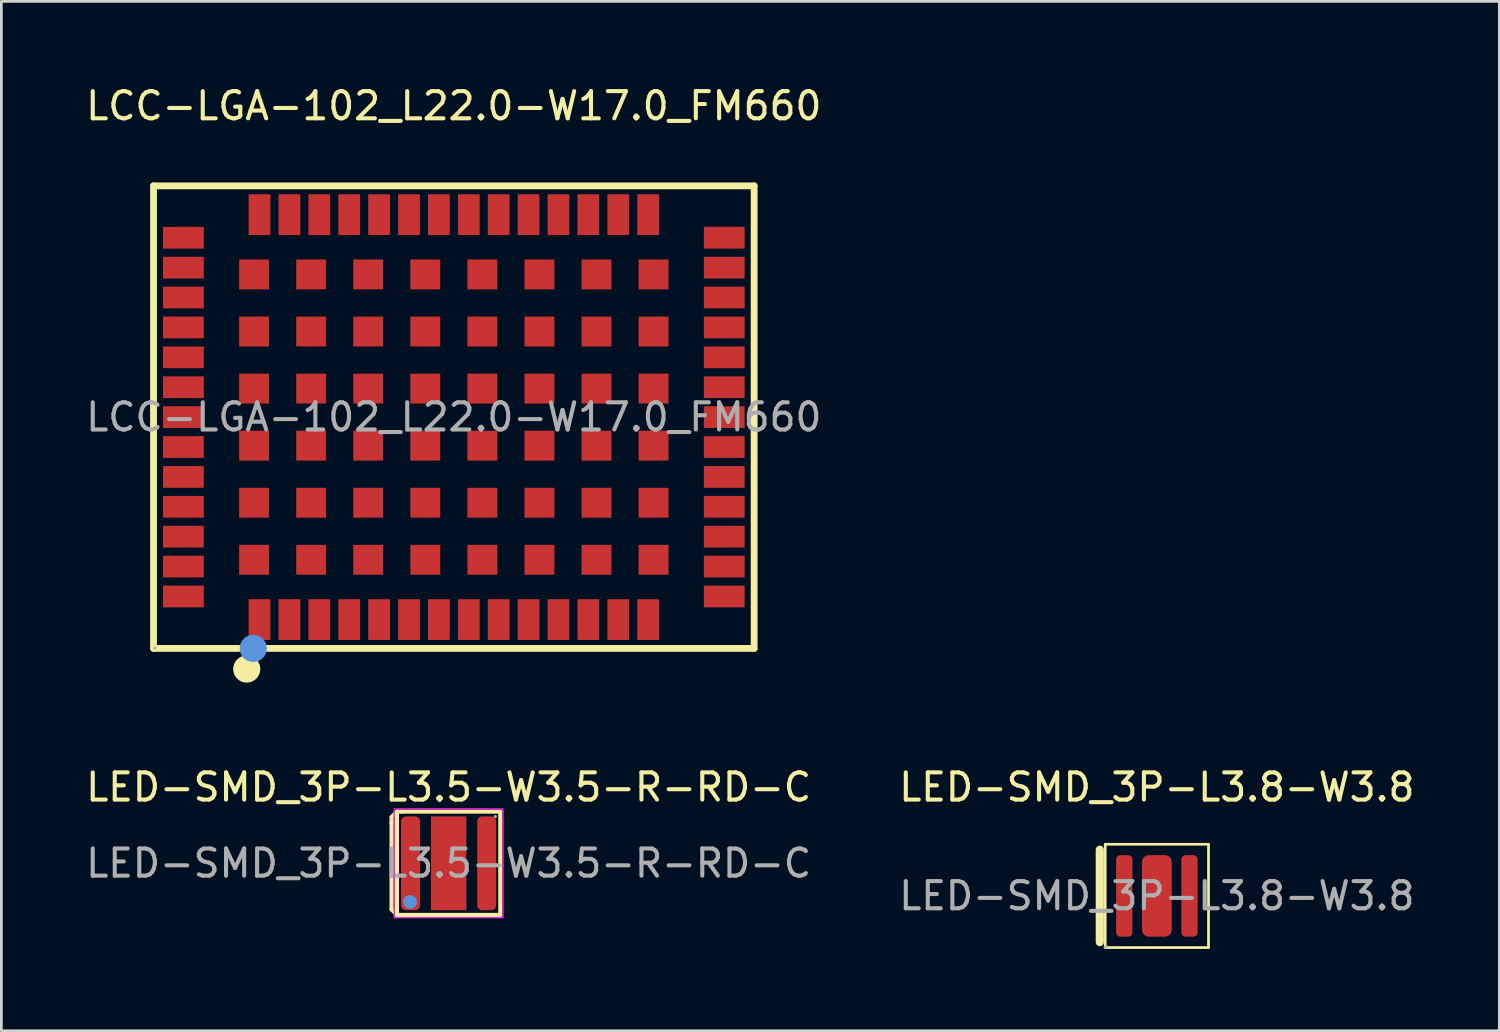
<source format=kicad_pcb>
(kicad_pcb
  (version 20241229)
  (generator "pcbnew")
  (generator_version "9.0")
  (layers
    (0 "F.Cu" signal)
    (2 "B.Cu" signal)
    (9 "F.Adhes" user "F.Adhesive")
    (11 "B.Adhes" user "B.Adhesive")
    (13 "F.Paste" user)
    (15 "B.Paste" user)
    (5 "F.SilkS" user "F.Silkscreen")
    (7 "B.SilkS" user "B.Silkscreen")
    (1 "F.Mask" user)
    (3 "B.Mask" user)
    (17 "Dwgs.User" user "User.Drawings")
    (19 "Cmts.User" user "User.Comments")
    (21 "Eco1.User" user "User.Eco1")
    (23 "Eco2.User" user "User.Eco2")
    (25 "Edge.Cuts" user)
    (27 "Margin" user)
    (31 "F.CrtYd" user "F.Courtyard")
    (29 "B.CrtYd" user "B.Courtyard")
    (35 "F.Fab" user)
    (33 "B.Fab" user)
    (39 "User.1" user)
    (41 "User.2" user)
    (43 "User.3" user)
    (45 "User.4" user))
  (footprint "LED-SMD_3P-L3.8-W3.8"
    (layer "F.Cu")
    (at 39.518 29.916)
    (property "Reference" "LED-SMD_3P-L3.8-W3.8" (at 0 -4 0) (layer "F.SilkS") (effects (font (size 1 1) (thickness 0.15))))
    (attr smd)
    (fp_line (start -2.1 -1.7) (end -2.1 1.7) (stroke (width 0.3) (type default)) (layer "F.SilkS"))
    (fp_line (start -1.9 -1.9) (end 1.9 -1.9) (stroke (width 0.1) (type solid)) (layer "F.SilkS"))
    (fp_line (start -1.9 1.9) (end -1.9 -1.9) (stroke (width 0.1) (type solid)) (layer "F.SilkS"))
    (fp_line (start 1.9 -1.9) (end 1.9 1.9) (stroke (width 0.1) (type solid)) (layer "F.SilkS"))
    (fp_line (start 1.9 1.9) (end -1.9 1.9) (stroke (width 0.1) (type solid)) (layer "F.SilkS"))
    (fp_circle (center -1.9 1.9) (end -1.87 1.9) (stroke (width 0.06) (type solid)) (fill no) (layer "F.Fab"))
    (fp_text user "${REFERENCE}" (at 0 0 0) (layer "F.Fab") (effects (font (size 1 1) (thickness 0.15))))
    (pad "1" smd roundrect (at -1.2 0) (size 0.6 3) (layers "F.Cu" "F.Mask" "F.Paste") (roundrect_rratio 0.25))
    (pad "2" smd roundrect (at 0 0) (size 1.1 3) (layers "F.Cu" "F.Mask" "F.Paste") (roundrect_rratio 0.227))
    (pad "3" smd roundrect (at 1.2 0) (size 0.6 3) (layers "F.Cu" "F.Mask" "F.Paste") (roundrect_rratio 0.25)))
  (footprint "LCC-LGA-102_L22.0-W17.0_FM660"
    (layer "F.Cu")
    (at 13.649 12.298)
    (property "Reference" "LCC-LGA-102_L22.0-W17.0_FM660" (at 0 -11.45 0) (layer "F.SilkS") (effects (font (size 1 1) (thickness 0.15))))
    (attr smd)
    (fp_line (start -11.05 -8.51) (end 11.05 -8.51) (stroke (width 0.25) (type solid)) (layer "F.SilkS"))
    (fp_line (start -11.05 8.51) (end -11.05 -8.51) (stroke (width 0.25) (type solid)) (layer "F.SilkS"))
    (fp_line (start 11.05 -8.51) (end 11.05 8.51) (stroke (width 0.25) (type solid)) (layer "F.SilkS"))
    (fp_line (start 11.05 8.51) (end -11.05 8.51) (stroke (width 0.25) (type solid)) (layer "F.SilkS"))
    (fp_circle (center -7.62 9.27) (end -7.37 9.27) (stroke (width 0.5) (type solid)) (fill no) (layer "F.SilkS"))
    (fp_circle (center -7.38 8.51) (end -7.13 8.51) (stroke (width 0.5) (type solid)) (fill no) (layer "Cmts.User"))
    (fp_circle (center -11 8.5) (end -10.97 8.5) (stroke (width 0.06) (type solid)) (fill no) (layer "F.Fab"))
    (fp_text user "${REFERENCE}" (at 0 0 0) (layer "F.Fab") (effects (font (size 1 1) (thickness 0.15))))
    (pad "1" smd rect (at -7.15 7.45) (size 0.8 1.5) (layers "F.Cu" "F.Mask" "F.Paste"))
    (pad "2" smd rect (at -6.05 7.45) (size 0.8 1.5) (layers "F.Cu" "F.Mask" "F.Paste"))
    (pad "3" smd rect (at -4.95 7.45) (size 0.8 1.5) (layers "F.Cu" "F.Mask" "F.Paste"))
    (pad "4" smd rect (at -3.85 7.45) (size 0.8 1.5) (layers "F.Cu" "F.Mask" "F.Paste"))
    (pad "5" smd rect (at -2.75 7.45) (size 0.8 1.5) (layers "F.Cu" "F.Mask" "F.Paste"))
    (pad "6" smd rect (at -1.65 7.45) (size 0.8 1.5) (layers "F.Cu" "F.Mask" "F.Paste"))
    (pad "7" smd rect (at -0.55 7.45) (size 0.8 1.5) (layers "F.Cu" "F.Mask" "F.Paste"))
    (pad "8" smd rect (at 0.55 7.45) (size 0.8 1.5) (layers "F.Cu" "F.Mask" "F.Paste"))
    (pad "9" smd rect (at 1.65 7.45) (size 0.8 1.5) (layers "F.Cu" "F.Mask" "F.Paste"))
    (pad "10" smd rect (at 2.75 7.45) (size 0.8 1.5) (layers "F.Cu" "F.Mask" "F.Paste"))
    (pad "11" smd rect (at 3.85 7.45) (size 0.8 1.5) (layers "F.Cu" "F.Mask" "F.Paste"))
    (pad "12" smd rect (at 4.95 7.45) (size 0.8 1.5) (layers "F.Cu" "F.Mask" "F.Paste"))
    (pad "13" smd rect (at 6.05 7.45) (size 0.8 1.5) (layers "F.Cu" "F.Mask" "F.Paste"))
    (pad "14" smd rect (at 7.15 7.45) (size 0.8 1.5) (layers "F.Cu" "F.Mask" "F.Paste"))
    (pad "15" smd rect (at 9.95 6.6 90) (size 0.8 1.5) (layers "F.Cu" "F.Mask" "F.Paste"))
    (pad "16" smd rect (at 9.95 5.5 90) (size 0.8 1.5) (layers "F.Cu" "F.Mask" "F.Paste"))
    (pad "17" smd rect (at 9.95 4.4 90) (size 0.8 1.5) (layers "F.Cu" "F.Mask" "F.Paste"))
    (pad "18" smd rect (at 9.95 3.3 90) (size 0.8 1.5) (layers "F.Cu" "F.Mask" "F.Paste"))
    (pad "19" smd rect (at 9.95 2.2 90) (size 0.8 1.5) (layers "F.Cu" "F.Mask" "F.Paste"))
    (pad "20" smd rect (at 9.95 1.1 90) (size 0.8 1.5) (layers "F.Cu" "F.Mask" "F.Paste"))
    (pad "21" smd rect (at 9.95 0 90) (size 0.8 1.5) (layers "F.Cu" "F.Mask" "F.Paste"))
    (pad "22" smd rect (at 9.95 -1.1 90) (size 0.8 1.5) (layers "F.Cu" "F.Mask" "F.Paste"))
    (pad "23" smd rect (at 9.95 -2.2 90) (size 0.8 1.5) (layers "F.Cu" "F.Mask" "F.Paste"))
    (pad "24" smd rect (at 9.95 -3.3 90) (size 0.8 1.5) (layers "F.Cu" "F.Mask" "F.Paste"))
    (pad "25" smd rect (at 9.95 -4.4 90) (size 0.8 1.5) (layers "F.Cu" "F.Mask" "F.Paste"))
    (pad "26" smd rect (at 9.95 -5.5 90) (size 0.8 1.5) (layers "F.Cu" "F.Mask" "F.Paste"))
    (pad "27" smd rect (at 9.95 -6.6 90) (size 0.8 1.5) (layers "F.Cu" "F.Mask" "F.Paste"))
    (pad "28" smd rect (at 7.15 -7.45 180) (size 0.8 1.5) (layers "F.Cu" "F.Mask" "F.Paste"))
    (pad "29" smd rect (at 6.05 -7.45 180) (size 0.8 1.5) (layers "F.Cu" "F.Mask" "F.Paste"))
    (pad "30" smd rect (at 4.95 -7.45 180) (size 0.8 1.5) (layers "F.Cu" "F.Mask" "F.Paste"))
    (pad "31" smd rect (at 3.85 -7.45 180) (size 0.8 1.5) (layers "F.Cu" "F.Mask" "F.Paste"))
    (pad "32" smd rect (at 2.75 -7.45 180) (size 0.8 1.5) (layers "F.Cu" "F.Mask" "F.Paste"))
    (pad "33" smd rect (at 1.65 -7.45 180) (size 0.8 1.5) (layers "F.Cu" "F.Mask" "F.Paste"))
    (pad "34" smd rect (at 0.55 -7.45 180) (size 0.8 1.5) (layers "F.Cu" "F.Mask" "F.Paste"))
    (pad "35" smd rect (at -0.55 -7.45 180) (size 0.8 1.5) (layers "F.Cu" "F.Mask" "F.Paste"))
    (pad "36" smd rect (at -1.65 -7.45 180) (size 0.8 1.5) (layers "F.Cu" "F.Mask" "F.Paste"))
    (pad "37" smd rect (at -2.75 -7.45 180) (size 0.8 1.5) (layers "F.Cu" "F.Mask" "F.Paste"))
    (pad "38" smd rect (at -3.85 -7.45 180) (size 0.8 1.5) (layers "F.Cu" "F.Mask" "F.Paste"))
    (pad "39" smd rect (at -4.95 -7.45 180) (size 0.8 1.5) (layers "F.Cu" "F.Mask" "F.Paste"))
    (pad "40" smd rect (at -6.05 -7.45 180) (size 0.8 1.5) (layers "F.Cu" "F.Mask" "F.Paste"))
    (pad "41" smd rect (at -7.15 -7.45 180) (size 0.8 1.5) (layers "F.Cu" "F.Mask" "F.Paste"))
    (pad "42" smd rect (at -9.95 -6.6 270) (size 0.8 1.5) (layers "F.Cu" "F.Mask" "F.Paste"))
    (pad "43" smd rect (at -9.95 -5.5 270) (size 0.8 1.5) (layers "F.Cu" "F.Mask" "F.Paste"))
    (pad "44" smd rect (at -9.95 -4.4 270) (size 0.8 1.5) (layers "F.Cu" "F.Mask" "F.Paste"))
    (pad "45" smd rect (at -9.95 -3.3 270) (size 0.8 1.5) (layers "F.Cu" "F.Mask" "F.Paste"))
    (pad "46" smd rect (at -9.95 -2.2 270) (size 0.8 1.5) (layers "F.Cu" "F.Mask" "F.Paste"))
    (pad "47" smd rect (at -9.95 -1.1 270) (size 0.8 1.5) (layers "F.Cu" "F.Mask" "F.Paste"))
    (pad "48" smd rect (at -9.95 0 270) (size 0.8 1.5) (layers "F.Cu" "F.Mask" "F.Paste"))
    (pad "49" smd rect (at -9.95 1.1 270) (size 0.8 1.5) (layers "F.Cu" "F.Mask" "F.Paste"))
    (pad "50" smd rect (at -9.95 2.2 270) (size 0.8 1.5) (layers "F.Cu" "F.Mask" "F.Paste"))
    (pad "51" smd rect (at -9.95 3.3 270) (size 0.8 1.5) (layers "F.Cu" "F.Mask" "F.Paste"))
    (pad "52" smd rect (at -9.95 4.4 270) (size 0.8 1.5) (layers "F.Cu" "F.Mask" "F.Paste"))
    (pad "53" smd rect (at -9.95 5.5 270) (size 0.8 1.5) (layers "F.Cu" "F.Mask" "F.Paste"))
    (pad "54" smd rect (at -9.95 6.6 270) (size 0.8 1.5) (layers "F.Cu" "F.Mask" "F.Paste"))
    (pad "55" smd rect (at -7.35 5.25) (size 1.1 1.1) (layers "F.Cu" "F.Mask" "F.Paste"))
    (pad "56" smd rect (at -5.25 5.25) (size 1.1 1.1) (layers "F.Cu" "F.Mask" "F.Paste"))
    (pad "57" smd rect (at -3.15 5.25) (size 1.1 1.1) (layers "F.Cu" "F.Mask" "F.Paste"))
    (pad "58" smd rect (at -1.05 5.25) (size 1.1 1.1) (layers "F.Cu" "F.Mask" "F.Paste"))
    (pad "59" smd rect (at 1.05 5.25) (size 1.1 1.1) (layers "F.Cu" "F.Mask" "F.Paste"))
    (pad "60" smd rect (at 3.15 5.25) (size 1.1 1.1) (layers "F.Cu" "F.Mask" "F.Paste"))
    (pad "61" smd rect (at 5.25 5.25) (size 1.1 1.1) (layers "F.Cu" "F.Mask" "F.Paste"))
    (pad "62" smd rect (at 7.35 5.25) (size 1.1 1.1) (layers "F.Cu" "F.Mask" "F.Paste"))
    (pad "63" smd rect (at 7.35 3.15) (size 1.1 1.1) (layers "F.Cu" "F.Mask" "F.Paste"))
    (pad "64" smd rect (at 5.25 3.15) (size 1.1 1.1) (layers "F.Cu" "F.Mask" "F.Paste"))
    (pad "65" smd rect (at 3.15 3.15) (size 1.1 1.1) (layers "F.Cu" "F.Mask" "F.Paste"))
    (pad "66" smd rect (at 1.05 3.15) (size 1.1 1.1) (layers "F.Cu" "F.Mask" "F.Paste"))
    (pad "67" smd rect (at -1.05 3.15) (size 1.1 1.1) (layers "F.Cu" "F.Mask" "F.Paste"))
    (pad "68" smd rect (at -3.15 3.15) (size 1.1 1.1) (layers "F.Cu" "F.Mask" "F.Paste"))
    (pad "69" smd rect (at -5.25 3.15) (size 1.1 1.1) (layers "F.Cu" "F.Mask" "F.Paste"))
    (pad "70" smd rect (at -7.35 3.15) (size 1.1 1.1) (layers "F.Cu" "F.Mask" "F.Paste"))
    (pad "71" smd rect (at 7.35 1.05) (size 1.1 1.1) (layers "F.Cu" "F.Mask" "F.Paste"))
    (pad "72" smd rect (at 5.25 1.05) (size 1.1 1.1) (layers "F.Cu" "F.Mask" "F.Paste"))
    (pad "73" smd rect (at 3.15 1.05) (size 1.1 1.1) (layers "F.Cu" "F.Mask" "F.Paste"))
    (pad "74" smd rect (at 1.05 1.05) (size 1.1 1.1) (layers "F.Cu" "F.Mask" "F.Paste"))
    (pad "75" smd rect (at -1.05 1.05) (size 1.1 1.1) (layers "F.Cu" "F.Mask" "F.Paste"))
    (pad "76" smd rect (at -3.15 1.05) (size 1.1 1.1) (layers "F.Cu" "F.Mask" "F.Paste"))
    (pad "77" smd rect (at -5.25 1.05) (size 1.1 1.1) (layers "F.Cu" "F.Mask" "F.Paste"))
    (pad "78" smd rect (at -7.35 1.05) (size 1.1 1.1) (layers "F.Cu" "F.Mask" "F.Paste"))
    (pad "79" smd rect (at 7.35 -1.05) (size 1.1 1.1) (layers "F.Cu" "F.Mask" "F.Paste"))
    (pad "80" smd rect (at 5.25 -1.05) (size 1.1 1.1) (layers "F.Cu" "F.Mask" "F.Paste"))
    (pad "81" smd rect (at 3.15 -1.05) (size 1.1 1.1) (layers "F.Cu" "F.Mask" "F.Paste"))
    (pad "82" smd rect (at 1.05 -1.05) (size 1.1 1.1) (layers "F.Cu" "F.Mask" "F.Paste"))
    (pad "83" smd rect (at -1.05 -1.05) (size 1.1 1.1) (layers "F.Cu" "F.Mask" "F.Paste"))
    (pad "84" smd rect (at -3.15 -1.05) (size 1.1 1.1) (layers "F.Cu" "F.Mask" "F.Paste"))
    (pad "85" smd rect (at -5.25 -1.05) (size 1.1 1.1) (layers "F.Cu" "F.Mask" "F.Paste"))
    (pad "86" smd rect (at -7.35 -1.05) (size 1.1 1.1) (layers "F.Cu" "F.Mask" "F.Paste"))
    (pad "87" smd rect (at 7.35 -3.15) (size 1.1 1.1) (layers "F.Cu" "F.Mask" "F.Paste"))
    (pad "88" smd rect (at 5.25 -3.15) (size 1.1 1.1) (layers "F.Cu" "F.Mask" "F.Paste"))
    (pad "89" smd rect (at 3.15 -3.15) (size 1.1 1.1) (layers "F.Cu" "F.Mask" "F.Paste"))
    (pad "90" smd rect (at 1.05 -3.15) (size 1.1 1.1) (layers "F.Cu" "F.Mask" "F.Paste"))
    (pad "91" smd rect (at -1.05 -3.15) (size 1.1 1.1) (layers "F.Cu" "F.Mask" "F.Paste"))
    (pad "92" smd rect (at -3.15 -3.15) (size 1.1 1.1) (layers "F.Cu" "F.Mask" "F.Paste"))
    (pad "93" smd rect (at -5.25 -3.15) (size 1.1 1.1) (layers "F.Cu" "F.Mask" "F.Paste"))
    (pad "94" smd rect (at -7.35 -3.15) (size 1.1 1.1) (layers "F.Cu" "F.Mask" "F.Paste"))
    (pad "95" smd rect (at 7.35 -5.25) (size 1.1 1.1) (layers "F.Cu" "F.Mask" "F.Paste"))
    (pad "96" smd rect (at 5.25 -5.25) (size 1.1 1.1) (layers "F.Cu" "F.Mask" "F.Paste"))
    (pad "97" smd rect (at 3.15 -5.25) (size 1.1 1.1) (layers "F.Cu" "F.Mask" "F.Paste"))
    (pad "98" smd rect (at 1.05 -5.25) (size 1.1 1.1) (layers "F.Cu" "F.Mask" "F.Paste"))
    (pad "99" smd rect (at -1.05 -5.25) (size 1.1 1.1) (layers "F.Cu" "F.Mask" "F.Paste"))
    (pad "100" smd rect (at -3.15 -5.25) (size 1.1 1.1) (layers "F.Cu" "F.Mask" "F.Paste"))
    (pad "101" smd rect (at -5.25 -5.25) (size 1.1 1.1) (layers "F.Cu" "F.Mask" "F.Paste"))
    (pad "102" smd rect (at -7.35 -5.25) (size 1.1 1.1) (layers "F.Cu" "F.Mask" "F.Paste")))
  (footprint "LED-SMD_3P-L3.5-W3.5-R-RD-C"
    (layer "F.Cu")
    (at 13.458 28.716)
    (property "Reference" "LED-SMD_3P-L3.5-W3.5-R-RD-C" (at 0 -2.8 0) (layer "F.SilkS") (effects (font (size 1 1) (thickness 0.15))))
    (attr smd)
    (fp_line (start -2.1 -1.7) (end -2.1 -1.48) (stroke (width 0.15) (type solid)) (layer "F.SilkS"))
    (fp_line (start -2.1 -1.53) (end -2.1 1.7) (stroke (width 0.15) (type solid)) (layer "F.SilkS"))
    (fp_line (start -2.1 1.7) (end -1.9 1.9) (stroke (width 0.15) (type solid)) (layer "F.SilkS"))
    (fp_line (start -1.9 -1.9) (end -2.1 -1.7) (stroke (width 0.15) (type solid)) (layer "F.SilkS"))
    (fp_line (start -1.9 -1.9) (end -1.9 1.9) (stroke (width 0.15) (type solid)) (layer "F.SilkS"))
    (fp_line (start -1.9 1.9) (end 1.9 1.9) (stroke (width 0.15) (type solid)) (layer "F.SilkS"))
    (fp_line (start -1.73 -1.9) (end -1.9 -1.9) (stroke (width 0.15) (type solid)) (layer "F.SilkS"))
    (fp_line (start 1.9 -1.9) (end -1.73 -1.9) (stroke (width 0.15) (type solid)) (layer "F.SilkS"))
    (fp_line (start 1.9 1.9) (end 1.9 -1.9) (stroke (width 0.15) (type solid)) (layer "F.SilkS"))
    (fp_circle (center -1.42 1.42) (end -1.29 1.42) (stroke (width 0.25) (type solid)) (fill no) (layer "Cmts.User"))
    (fp_rect (start -2 -2) (end 2 2) (stroke (width 0.05) (type default)) (fill no) (layer "F.CrtYd"))
    (fp_circle (center 1.72 -1.72) (end 1.75 -1.72) (stroke (width 0.06) (type solid)) (fill no) (layer "F.Fab"))
    (fp_text user "${REFERENCE}" (at 0 0 0) (layer "F.Fab") (effects (font (size 1 1) (thickness 0.15))))
    (pad "1" smd roundrect (at 1.4 0) (size 0.7 3.45) (layers "F.Cu" "F.Mask" "F.Paste") (roundrect_rratio 0.25))
    (pad "2" smd roundrect (at -1.4 0) (size 0.7 3.45) (layers "F.Cu" "F.Mask" "F.Paste") (roundrect_rratio 0.25))
    (pad "3" smd rect (at 0 0) (size 1.3 3.45) (layers "F.Cu" "F.Mask" "F.Paste")))
  (gr_rect
    (start -3 -3)
    (end 52.119 34.877)
    (stroke (width 0.1) (type default))
    (fill no)
    (layer "Edge.Cuts")))
</source>
